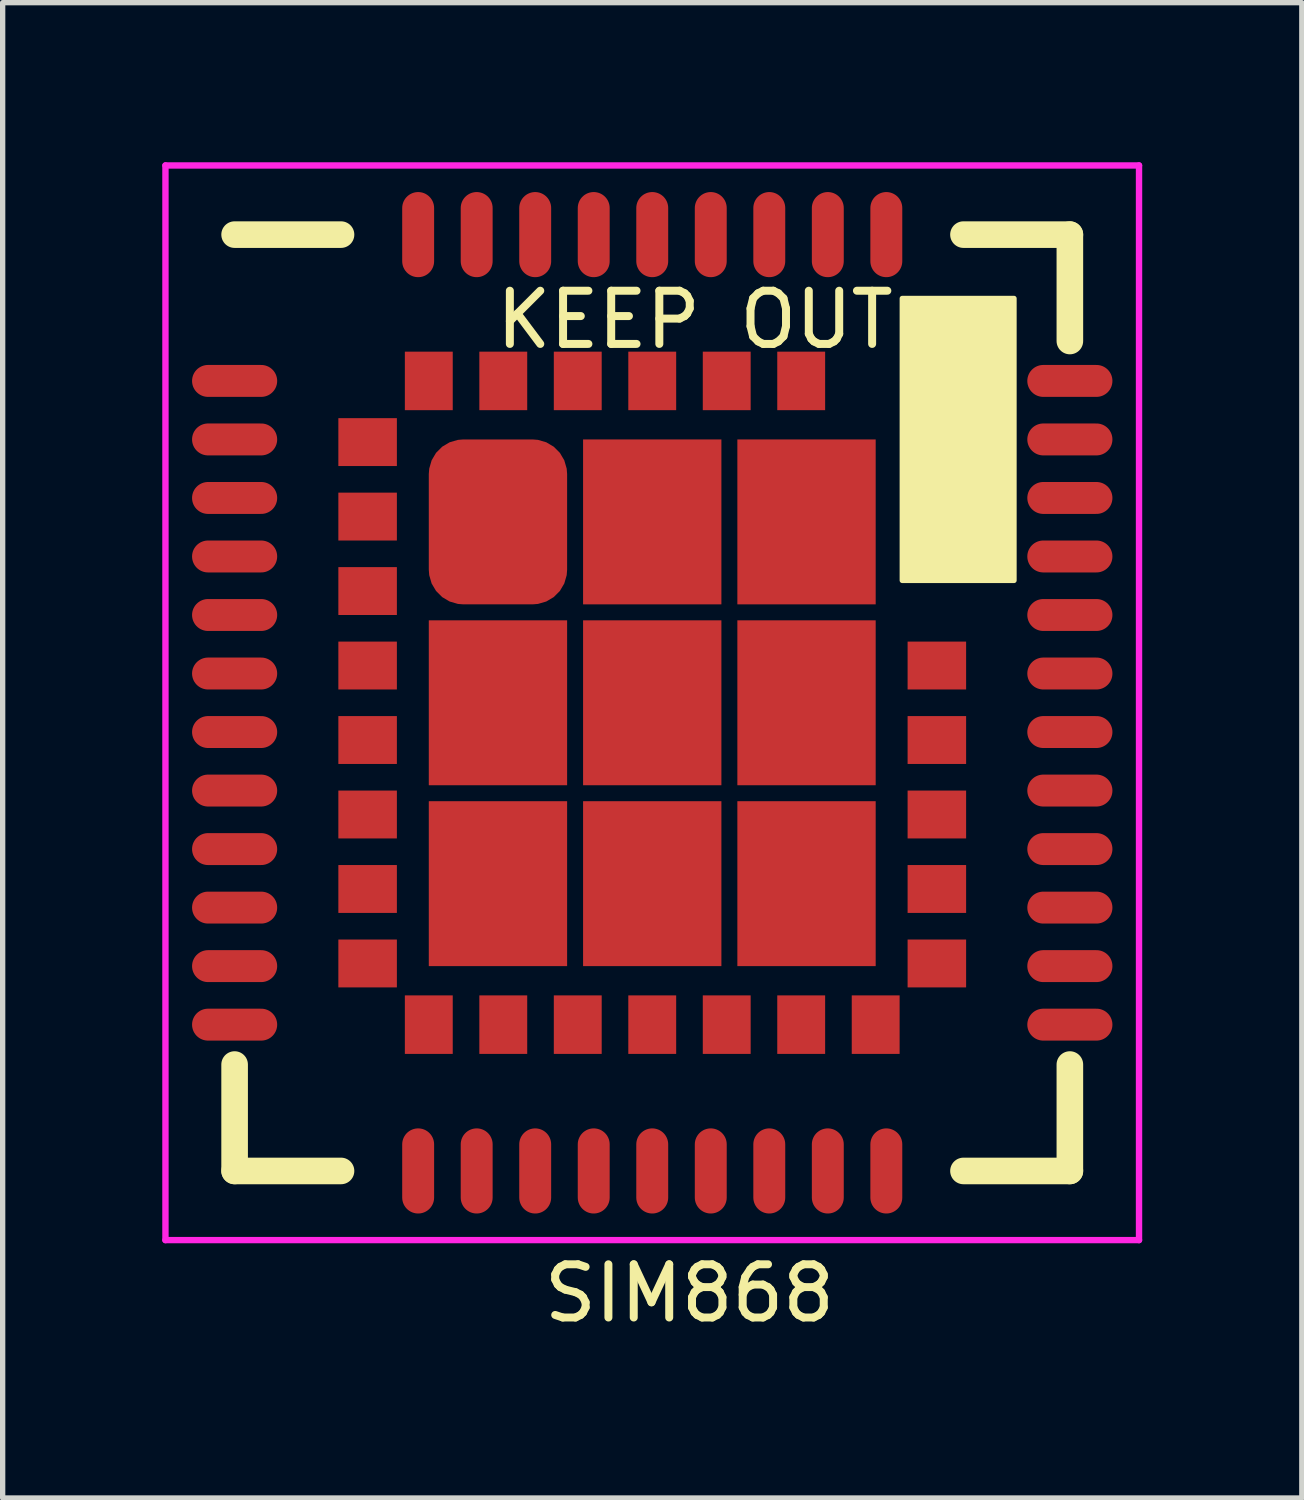
<source format=kicad_pcb>
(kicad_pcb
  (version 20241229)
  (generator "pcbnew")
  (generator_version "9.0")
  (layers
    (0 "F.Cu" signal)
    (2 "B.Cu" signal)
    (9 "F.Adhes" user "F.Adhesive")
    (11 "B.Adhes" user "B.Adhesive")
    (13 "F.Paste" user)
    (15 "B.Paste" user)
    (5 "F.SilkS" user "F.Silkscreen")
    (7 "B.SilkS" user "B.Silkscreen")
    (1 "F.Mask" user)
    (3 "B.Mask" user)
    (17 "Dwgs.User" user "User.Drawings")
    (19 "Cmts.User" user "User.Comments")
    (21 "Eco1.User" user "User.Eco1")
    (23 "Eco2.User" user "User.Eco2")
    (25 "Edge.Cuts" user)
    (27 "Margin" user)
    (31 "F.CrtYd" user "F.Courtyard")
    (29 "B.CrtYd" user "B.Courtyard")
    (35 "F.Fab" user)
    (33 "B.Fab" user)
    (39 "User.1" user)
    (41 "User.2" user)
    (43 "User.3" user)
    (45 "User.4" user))
  (footprint "SIM868"
    (layer "F.Cu")
    (at 9.21 10.16)
    (property "Reference" "SIM868" (at 0.7 11.1 0) (layer "F.SilkS") (effects (font (size 1 1) (thickness 0.15))))
    (attr through_hole)
    (fp_line (start -7.85 -8.8) (end -5.85 -8.8) (stroke (width 0.5) (type solid)) (layer "F.SilkS"))
    (fp_line (start -7.85 6.8) (end -7.85 8.8) (stroke (width 0.5) (type solid)) (layer "F.SilkS"))
    (fp_line (start -7.85 8.8) (end -5.85 8.8) (stroke (width 0.5) (type solid)) (layer "F.SilkS"))
    (fp_line (start 5.85 -8.8) (end 7.85 -8.8) (stroke (width 0.5) (type solid)) (layer "F.SilkS"))
    (fp_line (start 7.85 -8.8) (end 7.85 -6.8) (stroke (width 0.5) (type solid)) (layer "F.SilkS"))
    (fp_line (start 7.85 8.8) (end 5.85 8.8) (stroke (width 0.5) (type solid)) (layer "F.SilkS"))
    (fp_line (start 7.85 8.8) (end 7.85 6.8) (stroke (width 0.5) (type solid)) (layer "F.SilkS"))
    (fp_poly (pts (xy 6.8 -2.3) (xy 4.7 -2.3) (xy 4.7 -7.6) (xy 6.8 -7.6)) (stroke (width 0.1) (type solid)) (fill yes) (layer "F.SilkS"))
    (fp_line (start -9.15 -10.1) (end 9.15 -10.1) (stroke (width 0.12) (type solid)) (layer "F.CrtYd"))
    (fp_line (start -9.15 10.1) (end -9.15 -10.1) (stroke (width 0.12) (type solid)) (layer "F.CrtYd"))
    (fp_line (start 9.15 -10.1) (end 9.15 10.1) (stroke (width 0.12) (type solid)) (layer "F.CrtYd"))
    (fp_line (start 9.15 10.1) (end -9.15 10.1) (stroke (width 0.12) (type solid)) (layer "F.CrtYd"))
    (fp_text user "KEEP OUT" (at 0.8 -7.2 0) (layer "F.SilkS") (effects (font (size 1 1) (thickness 0.15))))
    (pad "1" smd oval (at -7.85 -6.05) (size 1.6 0.6) (layers "F.Cu" "F.Mask" "F.Paste"))
    (pad "2" smd oval (at -7.85 -4.95) (size 1.6 0.6) (layers "F.Cu" "F.Mask" "F.Paste"))
    (pad "3" smd oval (at -7.85 -3.85) (size 1.6 0.6) (layers "F.Cu" "F.Mask" "F.Paste"))
    (pad "4" smd oval (at -7.85 -2.75) (size 1.6 0.6) (layers "F.Cu" "F.Mask" "F.Paste"))
    (pad "5" smd oval (at -7.85 -1.65) (size 1.6 0.6) (layers "F.Cu" "F.Mask" "F.Paste"))
    (pad "6" smd oval (at -7.85 -0.55) (size 1.6 0.6) (layers "F.Cu" "F.Mask" "F.Paste"))
    (pad "7" smd oval (at -7.85 0.55) (size 1.6 0.6) (layers "F.Cu" "F.Mask" "F.Paste"))
    (pad "8" smd oval (at -7.85 1.65) (size 1.6 0.6) (layers "F.Cu" "F.Mask" "F.Paste"))
    (pad "9" smd oval (at -7.85 2.75) (size 1.6 0.6) (layers "F.Cu" "F.Mask" "F.Paste"))
    (pad "10" smd oval (at -7.85 3.85) (size 1.6 0.6) (layers "F.Cu" "F.Mask" "F.Paste"))
    (pad "11" smd oval (at -7.85 4.95) (size 1.6 0.6) (layers "F.Cu" "F.Mask" "F.Paste"))
    (pad "12" smd oval (at -7.85 6.05) (size 1.6 0.6) (layers "F.Cu" "F.Mask" "F.Paste"))
    (pad "13" smd oval (at -4.4 8.8 90) (size 1.6 0.6) (layers "F.Cu" "F.Mask" "F.Paste"))
    (pad "14" smd oval (at -3.3 8.8 90) (size 1.6 0.6) (layers "F.Cu" "F.Mask" "F.Paste"))
    (pad "15" smd oval (at -2.2 8.8 90) (size 1.6 0.6) (layers "F.Cu" "F.Mask" "F.Paste"))
    (pad "16" smd oval (at -1.1 8.8 90) (size 1.6 0.6) (layers "F.Cu" "F.Mask" "F.Paste"))
    (pad "17" smd oval (at 0 8.8 90) (size 1.6 0.6) (layers "F.Cu" "F.Mask" "F.Paste"))
    (pad "18" smd oval (at 1.1 8.8 90) (size 1.6 0.6) (layers "F.Cu" "F.Mask" "F.Paste"))
    (pad "19" smd oval (at 2.2 8.8 90) (size 1.6 0.6) (layers "F.Cu" "F.Mask" "F.Paste"))
    (pad "20" smd oval (at 3.3 8.8 90) (size 1.6 0.6) (layers "F.Cu" "F.Mask" "F.Paste"))
    (pad "21" smd oval (at 4.4 8.8 90) (size 1.6 0.6) (layers "F.Cu" "F.Mask" "F.Paste"))
    (pad "22" smd oval (at 7.85 6.05 180) (size 1.6 0.6) (layers "F.Cu" "F.Mask" "F.Paste"))
    (pad "23" smd oval (at 7.85 4.95 180) (size 1.6 0.6) (layers "F.Cu" "F.Mask" "F.Paste"))
    (pad "24" smd oval (at 7.85 3.85 180) (size 1.6 0.6) (layers "F.Cu" "F.Mask" "F.Paste"))
    (pad "25" smd oval (at 7.85 2.75 180) (size 1.6 0.6) (layers "F.Cu" "F.Mask" "F.Paste"))
    (pad "26" smd oval (at 7.85 1.65 180) (size 1.6 0.6) (layers "F.Cu" "F.Mask" "F.Paste"))
    (pad "27" smd oval (at 7.85 0.55 180) (size 1.6 0.6) (layers "F.Cu" "F.Mask" "F.Paste"))
    (pad "28" smd oval (at 7.85 -0.55 180) (size 1.6 0.6) (layers "F.Cu" "F.Mask" "F.Paste"))
    (pad "29" smd oval (at 7.85 -1.65 180) (size 1.6 0.6) (layers "F.Cu" "F.Mask" "F.Paste"))
    (pad "30" smd oval (at 7.85 -2.75 180) (size 1.6 0.6) (layers "F.Cu" "F.Mask" "F.Paste"))
    (pad "31" smd oval (at 7.85 -3.85 180) (size 1.6 0.6) (layers "F.Cu" "F.Mask" "F.Paste"))
    (pad "32" smd oval (at 7.85 -4.95 180) (size 1.6 0.6) (layers "F.Cu" "F.Mask" "F.Paste"))
    (pad "33" smd oval (at 7.85 -6.05 180) (size 1.6 0.6) (layers "F.Cu" "F.Mask" "F.Paste"))
    (pad "34" smd oval (at 4.4 -8.8 270) (size 1.6 0.6) (layers "F.Cu" "F.Mask" "F.Paste"))
    (pad "35" smd oval (at 3.3 -8.8 270) (size 1.6 0.6) (layers "F.Cu" "F.Mask" "F.Paste"))
    (pad "36" smd oval (at 2.2 -8.8 270) (size 1.6 0.6) (layers "F.Cu" "F.Mask" "F.Paste"))
    (pad "37" smd oval (at 1.1 -8.8 270) (size 1.6 0.6) (layers "F.Cu" "F.Mask" "F.Paste"))
    (pad "38" smd oval (at 0 -8.8 270) (size 1.6 0.6) (layers "F.Cu" "F.Mask" "F.Paste"))
    (pad "39" smd oval (at -1.1 -8.8 270) (size 1.6 0.6) (layers "F.Cu" "F.Mask" "F.Paste"))
    (pad "40" smd oval (at -2.2 -8.8 270) (size 1.6 0.6) (layers "F.Cu" "F.Mask" "F.Paste"))
    (pad "41" smd oval (at -3.3 -8.8 270) (size 1.6 0.6) (layers "F.Cu" "F.Mask" "F.Paste"))
    (pad "42" smd oval (at -4.4 -8.8 270) (size 1.6 0.6) (layers "F.Cu" "F.Mask" "F.Paste"))
    (pad "43" smd rect (at -5.35 -4.9 270) (size 0.9 1.1) (layers "F.Cu" "F.Mask" "F.Paste"))
    (pad "44" smd rect (at -5.35 -3.5 270) (size 0.9 1.1) (layers "F.Cu" "F.Mask" "F.Paste"))
    (pad "45" smd rect (at -5.35 -2.1 270) (size 0.9 1.1) (layers "F.Cu" "F.Mask" "F.Paste"))
    (pad "46" smd rect (at -5.35 -0.7 270) (size 0.9 1.1) (layers "F.Cu" "F.Mask" "F.Paste"))
    (pad "47" smd rect (at -5.35 0.7 270) (size 0.9 1.1) (layers "F.Cu" "F.Mask" "F.Paste"))
    (pad "48" smd rect (at -5.35 2.1 270) (size 0.9 1.1) (layers "F.Cu" "F.Mask" "F.Paste"))
    (pad "49" smd rect (at -5.35 3.5 270) (size 0.9 1.1) (layers "F.Cu" "F.Mask" "F.Paste"))
    (pad "50" smd rect (at -5.35 4.9 270) (size 0.9 1.1) (layers "F.Cu" "F.Mask" "F.Paste"))
    (pad "51" smd rect (at -4.2 6.05) (size 0.9 1.1) (layers "F.Cu" "F.Mask" "F.Paste"))
    (pad "52" smd rect (at -2.8 6.05) (size 0.9 1.1) (layers "F.Cu" "F.Mask" "F.Paste"))
    (pad "53" smd rect (at -1.4 6.05) (size 0.9 1.1) (layers "F.Cu" "F.Mask" "F.Paste"))
    (pad "54" smd rect (at 0 6.05) (size 0.9 1.1) (layers "F.Cu" "F.Mask" "F.Paste"))
    (pad "55" smd rect (at 1.4 6.05) (size 0.9 1.1) (layers "F.Cu" "F.Mask" "F.Paste"))
    (pad "56" smd rect (at 2.8 6.05) (size 0.9 1.1) (layers "F.Cu" "F.Mask" "F.Paste"))
    (pad "57" smd rect (at 4.2 6.05) (size 0.9 1.1) (layers "F.Cu" "F.Mask" "F.Paste"))
    (pad "58" smd rect (at 5.35 4.9 90) (size 0.9 1.1) (layers "F.Cu" "F.Mask" "F.Paste"))
    (pad "59" smd rect (at 5.35 3.5 90) (size 0.9 1.1) (layers "F.Cu" "F.Mask" "F.Paste"))
    (pad "60" smd rect (at 5.35 2.1 90) (size 0.9 1.1) (layers "F.Cu" "F.Mask" "F.Paste"))
    (pad "61" smd rect (at 5.35 0.7 90) (size 0.9 1.1) (layers "F.Cu" "F.Mask" "F.Paste"))
    (pad "62" smd rect (at 5.35 -0.7 90) (size 0.9 1.1) (layers "F.Cu" "F.Mask" "F.Paste"))
    (pad "63" smd rect (at 2.8 -6.05 180) (size 0.9 1.1) (layers "F.Cu" "F.Mask" "F.Paste"))
    (pad "64" smd rect (at 1.4 -6.05 180) (size 0.9 1.1) (layers "F.Cu" "F.Mask" "F.Paste"))
    (pad "65" smd rect (at 0 -6.05 180) (size 0.9 1.1) (layers "F.Cu" "F.Mask" "F.Paste"))
    (pad "66" smd rect (at -1.4 -6.05 180) (size 0.9 1.1) (layers "F.Cu" "F.Mask" "F.Paste"))
    (pad "67" smd rect (at -2.8 -6.05 180) (size 0.9 1.1) (layers "F.Cu" "F.Mask" "F.Paste"))
    (pad "68" smd rect (at -4.2 -6.05 180) (size 0.9 1.1) (layers "F.Cu" "F.Mask" "F.Paste"))
    (pad "69" smd roundrect (at -2.9 -3.4 90) (size 3.1 2.6) (layers "F.Cu" "F.Mask" "F.Paste") (roundrect_rratio 0.25))
    (pad "70" smd rect (at -2.9 0 90) (size 3.1 2.6) (layers "F.Cu" "F.Mask" "F.Paste"))
    (pad "71" smd rect (at -2.9 3.4 90) (size 3.1 2.6) (layers "F.Cu" "F.Mask" "F.Paste"))
    (pad "72" smd rect (at 0 3.4 90) (size 3.1 2.6) (layers "F.Cu" "F.Mask" "F.Paste"))
    (pad "73" smd rect (at 2.9 3.4 90) (size 3.1 2.6) (layers "F.Cu" "F.Mask" "F.Paste"))
    (pad "74" smd rect (at 2.9 0 90) (size 3.1 2.6) (layers "F.Cu" "F.Mask" "F.Paste"))
    (pad "75" smd rect (at 2.9 -3.4 90) (size 3.1 2.6) (layers "F.Cu" "F.Mask" "F.Paste"))
    (pad "76" smd rect (at 0 -3.4 90) (size 3.1 2.6) (layers "F.Cu" "F.Mask" "F.Paste"))
    (pad "77" smd rect (at 0 0 90) (size 3.1 2.6) (layers "F.Cu" "F.Mask" "F.Paste")))
  (gr_rect
    (start -3 -3)
    (end 21.42 25.108)
    (stroke (width 0.1) (type default))
    (fill no)
    (layer "Edge.Cuts")))
</source>
